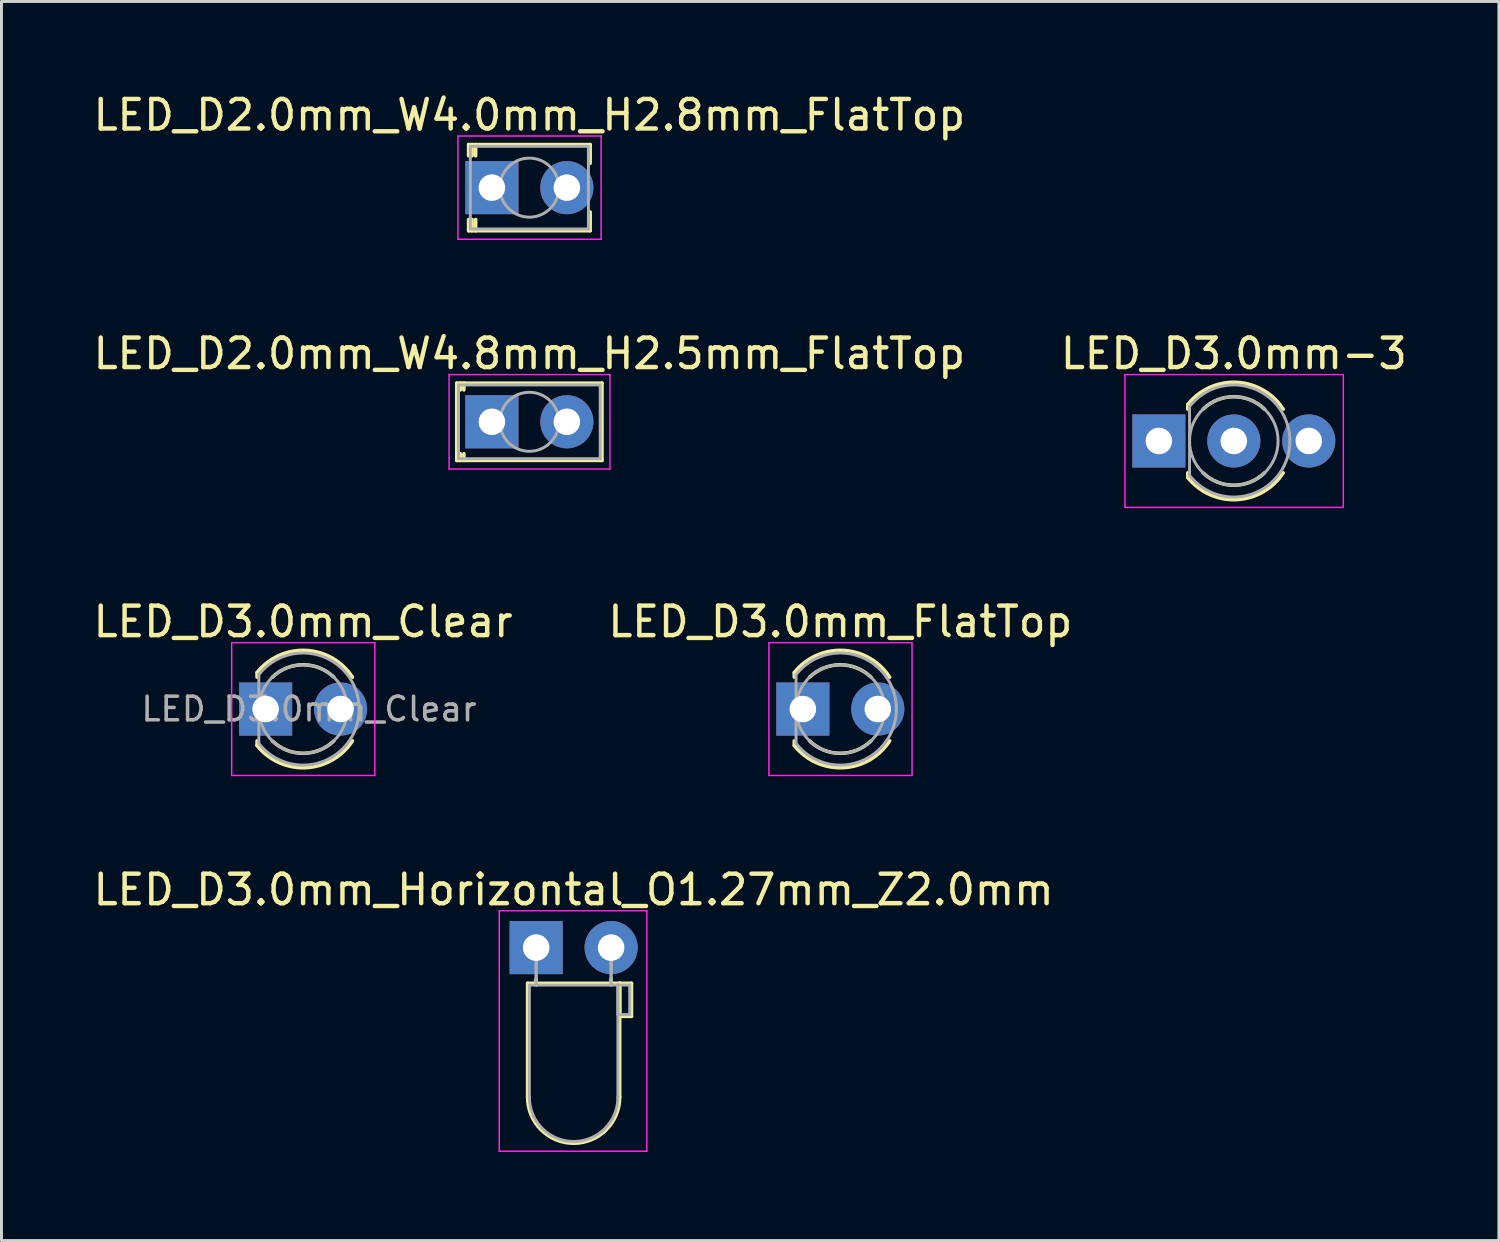
<source format=kicad_pcb>
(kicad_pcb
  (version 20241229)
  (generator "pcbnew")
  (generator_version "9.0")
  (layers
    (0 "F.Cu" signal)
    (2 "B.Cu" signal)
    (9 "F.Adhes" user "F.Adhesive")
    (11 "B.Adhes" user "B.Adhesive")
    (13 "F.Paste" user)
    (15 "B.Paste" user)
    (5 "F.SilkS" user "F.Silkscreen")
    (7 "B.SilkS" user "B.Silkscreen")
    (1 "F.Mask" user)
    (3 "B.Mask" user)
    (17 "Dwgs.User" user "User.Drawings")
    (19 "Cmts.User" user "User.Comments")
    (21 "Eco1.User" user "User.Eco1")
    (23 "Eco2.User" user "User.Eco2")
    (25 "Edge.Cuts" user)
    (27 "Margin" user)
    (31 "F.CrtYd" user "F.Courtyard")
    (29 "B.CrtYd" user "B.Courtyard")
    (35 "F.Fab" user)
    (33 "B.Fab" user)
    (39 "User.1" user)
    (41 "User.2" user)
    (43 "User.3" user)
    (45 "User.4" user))
  (footprint "LED_D2.0mm_W4.0mm_H2.8mm_FlatTop"
    (layer "F.Cu")
    (at 13.617 3.308)
    (property "Reference" "LED_D2.0mm_W4.0mm_H2.8mm_FlatTop" (at 1.27 -2.46 0) (layer "F.SilkS") (effects (font (size 1 1) (thickness 0.15))))
    (attr through_hole)
    (fp_line (start -0.79 -1.46) (end -0.79 -1.08) (stroke (width 0.12) (type solid)) (layer "F.SilkS"))
    (fp_line (start -0.79 -1.46) (end 3.33 -1.46) (stroke (width 0.12) (type solid)) (layer "F.SilkS"))
    (fp_line (start -0.79 1.08) (end -0.79 1.46) (stroke (width 0.12) (type solid)) (layer "F.SilkS"))
    (fp_line (start -0.79 1.46) (end 3.33 1.46) (stroke (width 0.12) (type solid)) (layer "F.SilkS"))
    (fp_line (start -0.67 -1.46) (end -0.67 -1.08) (stroke (width 0.12) (type solid)) (layer "F.SilkS"))
    (fp_line (start -0.67 1.08) (end -0.67 1.46) (stroke (width 0.12) (type solid)) (layer "F.SilkS"))
    (fp_line (start -0.55 -1.46) (end -0.55 -1.08) (stroke (width 0.12) (type solid)) (layer "F.SilkS"))
    (fp_line (start -0.55 1.08) (end -0.55 1.46) (stroke (width 0.12) (type solid)) (layer "F.SilkS"))
    (fp_line (start 3.33 -1.46) (end 3.33 -0.825) (stroke (width 0.12) (type solid)) (layer "F.SilkS"))
    (fp_line (start 3.33 0.825) (end 3.33 1.46) (stroke (width 0.12) (type solid)) (layer "F.SilkS"))
    (fp_line (start -1.15 -1.75) (end -1.15 1.75) (stroke (width 0.05) (type solid)) (layer "F.CrtYd"))
    (fp_line (start -1.15 1.75) (end 3.7 1.75) (stroke (width 0.05) (type solid)) (layer "F.CrtYd"))
    (fp_line (start 3.7 -1.75) (end -1.15 -1.75) (stroke (width 0.05) (type solid)) (layer "F.CrtYd"))
    (fp_line (start 3.7 1.75) (end 3.7 -1.75) (stroke (width 0.05) (type solid)) (layer "F.CrtYd"))
    (fp_line (start -0.73 -1.4) (end -0.73 1.4) (stroke (width 0.1) (type solid)) (layer "F.Fab"))
    (fp_line (start -0.73 1.4) (end 3.27 1.4) (stroke (width 0.1) (type solid)) (layer "F.Fab"))
    (fp_line (start 3.27 -1.4) (end -0.73 -1.4) (stroke (width 0.1) (type solid)) (layer "F.Fab"))
    (fp_line (start 3.27 1.4) (end 3.27 -1.4) (stroke (width 0.1) (type solid)) (layer "F.Fab"))
    (fp_circle (center 1.27 0) (end 2.27 0) (stroke (width 0.1) (type solid)) (fill no) (layer "F.Fab"))
    (pad "1" thru_hole rect (at 0 0) (size 1.8 1.8) (drill 0.9) (layers "*.Cu" "*.Mask"))
    (pad "2" thru_hole circle (at 2.54 0) (size 1.8 1.8) (drill 0.9) (layers "*.Cu" "*.Mask")))
  (footprint "LED_D2.0mm_W4.8mm_H2.5mm_FlatTop"
    (layer "F.Cu")
    (at 13.617 11.242)
    (property "Reference" "LED_D2.0mm_W4.8mm_H2.5mm_FlatTop" (at 1.27 -2.31 0) (layer "F.SilkS") (effects (font (size 1 1) (thickness 0.15))))
    (attr through_hole)
    (fp_line (start -1.19 -1.31) (end -1.19 1.31) (stroke (width 0.12) (type solid)) (layer "F.SilkS"))
    (fp_line (start -1.19 -1.31) (end 3.73 -1.31) (stroke (width 0.12) (type solid)) (layer "F.SilkS"))
    (fp_line (start -1.19 1.31) (end 3.73 1.31) (stroke (width 0.12) (type solid)) (layer "F.SilkS"))
    (fp_line (start -1.07 -1.31) (end -1.07 -1.08) (stroke (width 0.12) (type solid)) (layer "F.SilkS"))
    (fp_line (start -1.07 1.08) (end -1.07 1.31) (stroke (width 0.12) (type solid)) (layer "F.SilkS"))
    (fp_line (start -0.95 -1.31) (end -0.95 -1.08) (stroke (width 0.12) (type solid)) (layer "F.SilkS"))
    (fp_line (start -0.95 1.08) (end -0.95 1.31) (stroke (width 0.12) (type solid)) (layer "F.SilkS"))
    (fp_line (start 3.73 -1.31) (end 3.73 1.31) (stroke (width 0.12) (type solid)) (layer "F.SilkS"))
    (fp_line (start -1.45 -1.6) (end -1.45 1.6) (stroke (width 0.05) (type solid)) (layer "F.CrtYd"))
    (fp_line (start -1.45 1.6) (end 4 1.6) (stroke (width 0.05) (type solid)) (layer "F.CrtYd"))
    (fp_line (start 4 -1.6) (end -1.45 -1.6) (stroke (width 0.05) (type solid)) (layer "F.CrtYd"))
    (fp_line (start 4 1.6) (end 4 -1.6) (stroke (width 0.05) (type solid)) (layer "F.CrtYd"))
    (fp_line (start -1.13 -1.25) (end -1.13 1.25) (stroke (width 0.1) (type solid)) (layer "F.Fab"))
    (fp_line (start -1.13 1.25) (end 3.67 1.25) (stroke (width 0.1) (type solid)) (layer "F.Fab"))
    (fp_line (start 3.67 -1.25) (end -1.13 -1.25) (stroke (width 0.1) (type solid)) (layer "F.Fab"))
    (fp_line (start 3.67 1.25) (end 3.67 -1.25) (stroke (width 0.1) (type solid)) (layer "F.Fab"))
    (fp_circle (center 1.27 0) (end 2.27 0) (stroke (width 0.1) (type solid)) (fill no) (layer "F.Fab"))
    (pad "1" thru_hole rect (at 0 0) (size 1.8 1.8) (drill 0.9) (layers "*.Cu" "*.Mask"))
    (pad "2" thru_hole circle (at 2.54 0) (size 1.8 1.8) (drill 0.9) (layers "*.Cu" "*.Mask")))
  (footprint "LED_D3.0mm_Clear"
    (layer "F.Cu")
    (at 5.95 20.975)
    (property "Reference" "LED_D3.0mm_Clear" (at 1.27 -2.96 0) (layer "F.SilkS") (effects (font (size 1 1) (thickness 0.15))))
    (attr through_hole)
    (fp_line (start -0.29 -1.236) (end -0.29 -1.08) (stroke (width 0.12) (type solid)) (layer "F.SilkS"))
    (fp_line (start -0.29 1.08) (end -0.29 1.236) (stroke (width 0.12) (type solid)) (layer "F.SilkS"))
    (fp_arc (start -0.29 -1.235516) (mid 1.366487 -1.987659) (end 2.942335 -1.078608) (stroke (width 0.12) (type solid)) (layer "F.SilkS"))
    (fp_arc (start 0.229039 -1.08) (mid 1.270117 -1.5) (end 2.31113 -1.079837) (stroke (width 0.12) (type solid)) (layer "F.SilkS"))
    (fp_arc (start 2.31113 1.079837) (mid 1.270117 1.5) (end 0.229039 1.08) (stroke (width 0.12) (type solid)) (layer "F.SilkS"))
    (fp_arc (start 2.942335 1.078608) (mid 1.366487 1.987659) (end -0.29 1.235516) (stroke (width 0.12) (type solid)) (layer "F.SilkS"))
    (fp_line (start -1.15 -2.25) (end -1.15 2.25) (stroke (width 0.05) (type solid)) (layer "F.CrtYd"))
    (fp_line (start -1.15 2.25) (end 3.7 2.25) (stroke (width 0.05) (type solid)) (layer "F.CrtYd"))
    (fp_line (start 3.7 -2.25) (end -1.15 -2.25) (stroke (width 0.05) (type solid)) (layer "F.CrtYd"))
    (fp_line (start 3.7 2.25) (end 3.7 -2.25) (stroke (width 0.05) (type solid)) (layer "F.CrtYd"))
    (fp_line (start -0.23 -1.166) (end -0.23 1.166) (stroke (width 0.1) (type solid)) (layer "F.Fab"))
    (fp_arc (start -0.23 -1.16619) (mid 3.17 0.000452) (end -0.230555 1.165476) (stroke (width 0.1) (type solid)) (layer "F.Fab"))
    (fp_circle (center 1.27 0) (end 2.77 0) (stroke (width 0.1) (type solid)) (fill no) (layer "F.Fab"))
    (fp_text user "${REFERENCE}" (at 1.47 0 0) (layer "F.Fab") (effects (font (size 0.8 0.8) (thickness 0.12))))
    (pad "1" thru_hole rect (at 0 0) (size 1.8 1.8) (drill 0.9) (layers "*.Cu" "*.Mask"))
    (pad "2" thru_hole circle (at 2.54 0) (size 1.8 1.8) (drill 0.9) (layers "*.Cu" "*.Mask")))
  (footprint "LED_D3.0mm-3"
    (layer "F.Cu")
    (at 36.216 11.892)
    (property "Reference" "LED_D3.0mm-3" (at 2.54 -2.96 0) (layer "F.SilkS") (effects (font (size 1 1) (thickness 0.15))))
    (attr through_hole)
    (fp_line (start 0.98 -1.236) (end 0.98 -1.08) (stroke (width 0.12) (type solid)) (layer "F.SilkS"))
    (fp_line (start 0.98 1.08) (end 0.98 1.236) (stroke (width 0.12) (type solid)) (layer "F.SilkS"))
    (fp_arc (start 0.98 -1.235516) (mid 2.636487 -1.987659) (end 4.212335 -1.078608) (stroke (width 0.12) (type solid)) (layer "F.SilkS"))
    (fp_arc (start 1.499039 -1.08) (mid 2.540117 -1.5) (end 3.58113 -1.079837) (stroke (width 0.12) (type solid)) (layer "F.SilkS"))
    (fp_arc (start 3.58113 1.079837) (mid 2.540117 1.5) (end 1.499039 1.08) (stroke (width 0.12) (type solid)) (layer "F.SilkS"))
    (fp_arc (start 4.212335 1.078608) (mid 2.636487 1.987659) (end 0.98 1.235516) (stroke (width 0.12) (type solid)) (layer "F.SilkS"))
    (fp_line (start -1.15 -2.25) (end -1.15 2.25) (stroke (width 0.05) (type solid)) (layer "F.CrtYd"))
    (fp_line (start -1.15 2.25) (end 6.25 2.25) (stroke (width 0.05) (type solid)) (layer "F.CrtYd"))
    (fp_line (start 6.25 -2.25) (end -1.15 -2.25) (stroke (width 0.05) (type solid)) (layer "F.CrtYd"))
    (fp_line (start 6.25 2.25) (end 6.25 -2.25) (stroke (width 0.05) (type solid)) (layer "F.CrtYd"))
    (fp_line (start 1.04 -1.166) (end 1.04 1.166) (stroke (width 0.1) (type solid)) (layer "F.Fab"))
    (fp_arc (start 1.04 -1.16619) (mid 4.44 0.000452) (end 1.039445 1.165476) (stroke (width 0.1) (type solid)) (layer "F.Fab"))
    (fp_circle (center 2.54 0) (end 4.04 0) (stroke (width 0.1) (type solid)) (fill no) (layer "F.Fab"))
    (pad "1" thru_hole rect (at 0 0) (size 1.8 1.8) (drill 0.9) (layers "*.Cu" "*.Mask"))
    (pad "2" thru_hole circle (at 2.54 0) (size 1.8 1.8) (drill 0.9) (layers "*.Cu" "*.Mask"))
    (pad "3" thru_hole circle (at 5.08 0) (size 1.8 1.8) (drill 0.9) (layers "*.Cu" "*.Mask")))
  (footprint "LED_D3.0mm_FlatTop"
    (layer "F.Cu")
    (at 24.153 20.975)
    (property "Reference" "LED_D3.0mm_FlatTop" (at 1.27 -2.96 0) (layer "F.SilkS") (effects (font (size 1 1) (thickness 0.15))))
    (attr through_hole)
    (fp_line (start -0.29 -1.236) (end -0.29 -1.08) (stroke (width 0.12) (type solid)) (layer "F.SilkS"))
    (fp_line (start -0.29 1.08) (end -0.29 1.236) (stroke (width 0.12) (type solid)) (layer "F.SilkS"))
    (fp_arc (start -0.29 -1.235516) (mid 1.366487 -1.987659) (end 2.942335 -1.078608) (stroke (width 0.12) (type solid)) (layer "F.SilkS"))
    (fp_arc (start 0.229039 -1.08) (mid 1.270117 -1.5) (end 2.31113 -1.079837) (stroke (width 0.12) (type solid)) (layer "F.SilkS"))
    (fp_arc (start 2.31113 1.079837) (mid 1.270117 1.5) (end 0.229039 1.08) (stroke (width 0.12) (type solid)) (layer "F.SilkS"))
    (fp_arc (start 2.942335 1.078608) (mid 1.366487 1.987659) (end -0.29 1.235516) (stroke (width 0.12) (type solid)) (layer "F.SilkS"))
    (fp_line (start -1.15 -2.25) (end -1.15 2.25) (stroke (width 0.05) (type solid)) (layer "F.CrtYd"))
    (fp_line (start -1.15 2.25) (end 3.7 2.25) (stroke (width 0.05) (type solid)) (layer "F.CrtYd"))
    (fp_line (start 3.7 -2.25) (end -1.15 -2.25) (stroke (width 0.05) (type solid)) (layer "F.CrtYd"))
    (fp_line (start 3.7 2.25) (end 3.7 -2.25) (stroke (width 0.05) (type solid)) (layer "F.CrtYd"))
    (fp_line (start -0.23 -1.166) (end -0.23 1.166) (stroke (width 0.1) (type solid)) (layer "F.Fab"))
    (fp_arc (start -0.23 -1.16619) (mid 3.17 0.000452) (end -0.230555 1.165476) (stroke (width 0.1) (type solid)) (layer "F.Fab"))
    (fp_circle (center 1.27 0) (end 2.77 0) (stroke (width 0.1) (type solid)) (fill no) (layer "F.Fab"))
    (pad "1" thru_hole rect (at 0 0) (size 1.8 1.8) (drill 0.9) (layers "*.Cu" "*.Mask"))
    (pad "2" thru_hole circle (at 2.54 0) (size 1.8 1.8) (drill 0.9) (layers "*.Cu" "*.Mask")))
  (footprint "LED_D3.0mm_Horizontal_O1.27mm_Z2.0mm"
    (layer "F.Cu")
    (at 15.117 29.058)
    (property "Reference" "LED_D3.0mm_Horizontal_O1.27mm_Z2.0mm" (at 1.27 -1.96 0) (layer "F.SilkS") (effects (font (size 1 1) (thickness 0.15))))
    (attr through_hole)
    (fp_line (start -0.29 1.21) (end -0.29 5.07) (stroke (width 0.12) (type solid)) (layer "F.SilkS"))
    (fp_line (start -0.29 1.21) (end 2.83 1.21) (stroke (width 0.12) (type solid)) (layer "F.SilkS"))
    (fp_line (start 0 1.08) (end 0 1.08) (stroke (width 0.12) (type solid)) (layer "F.SilkS"))
    (fp_line (start 0 1.08) (end 0 1.21) (stroke (width 0.12) (type solid)) (layer "F.SilkS"))
    (fp_line (start 0 1.21) (end 0 1.08) (stroke (width 0.12) (type solid)) (layer "F.SilkS"))
    (fp_line (start 0 1.21) (end 0 1.21) (stroke (width 0.12) (type solid)) (layer "F.SilkS"))
    (fp_line (start 2.54 1.08) (end 2.54 1.08) (stroke (width 0.12) (type solid)) (layer "F.SilkS"))
    (fp_line (start 2.54 1.08) (end 2.54 1.21) (stroke (width 0.12) (type solid)) (layer "F.SilkS"))
    (fp_line (start 2.54 1.21) (end 2.54 1.08) (stroke (width 0.12) (type solid)) (layer "F.SilkS"))
    (fp_line (start 2.54 1.21) (end 2.54 1.21) (stroke (width 0.12) (type solid)) (layer "F.SilkS"))
    (fp_line (start 2.83 1.21) (end 2.83 5.07) (stroke (width 0.12) (type solid)) (layer "F.SilkS"))
    (fp_line (start 2.83 1.21) (end 3.23 1.21) (stroke (width 0.12) (type solid)) (layer "F.SilkS"))
    (fp_line (start 2.83 2.33) (end 2.83 1.21) (stroke (width 0.12) (type solid)) (layer "F.SilkS"))
    (fp_line (start 3.23 1.21) (end 3.23 2.33) (stroke (width 0.12) (type solid)) (layer "F.SilkS"))
    (fp_line (start 3.23 2.33) (end 2.83 2.33) (stroke (width 0.12) (type solid)) (layer "F.SilkS"))
    (fp_arc (start 2.83 5.07) (mid 1.27 6.63) (end -0.29 5.07) (stroke (width 0.12) (type solid)) (layer "F.SilkS"))
    (fp_line (start -1.25 -1.25) (end -1.25 6.9) (stroke (width 0.05) (type solid)) (layer "F.CrtYd"))
    (fp_line (start -1.25 6.9) (end 3.75 6.9) (stroke (width 0.05) (type solid)) (layer "F.CrtYd"))
    (fp_line (start 3.75 -1.25) (end -1.25 -1.25) (stroke (width 0.05) (type solid)) (layer "F.CrtYd"))
    (fp_line (start 3.75 6.9) (end 3.75 -1.25) (stroke (width 0.05) (type solid)) (layer "F.CrtYd"))
    (fp_line (start -0.23 1.27) (end -0.23 5.07) (stroke (width 0.1) (type solid)) (layer "F.Fab"))
    (fp_line (start -0.23 1.27) (end 2.77 1.27) (stroke (width 0.1) (type solid)) (layer "F.Fab"))
    (fp_line (start 0 0) (end 0 0) (stroke (width 0.1) (type solid)) (layer "F.Fab"))
    (fp_line (start 0 0) (end 0 1.27) (stroke (width 0.1) (type solid)) (layer "F.Fab"))
    (fp_line (start 0 1.27) (end 0 0) (stroke (width 0.1) (type solid)) (layer "F.Fab"))
    (fp_line (start 0 1.27) (end 0 1.27) (stroke (width 0.1) (type solid)) (layer "F.Fab"))
    (fp_line (start 2.54 0) (end 2.54 0) (stroke (width 0.1) (type solid)) (layer "F.Fab"))
    (fp_line (start 2.54 0) (end 2.54 1.27) (stroke (width 0.1) (type solid)) (layer "F.Fab"))
    (fp_line (start 2.54 1.27) (end 2.54 0) (stroke (width 0.1) (type solid)) (layer "F.Fab"))
    (fp_line (start 2.54 1.27) (end 2.54 1.27) (stroke (width 0.1) (type solid)) (layer "F.Fab"))
    (fp_line (start 2.77 1.27) (end 2.77 5.07) (stroke (width 0.1) (type solid)) (layer "F.Fab"))
    (fp_line (start 2.77 1.27) (end 3.17 1.27) (stroke (width 0.1) (type solid)) (layer "F.Fab"))
    (fp_line (start 2.77 2.27) (end 2.77 1.27) (stroke (width 0.1) (type solid)) (layer "F.Fab"))
    (fp_line (start 3.17 1.27) (end 3.17 2.27) (stroke (width 0.1) (type solid)) (layer "F.Fab"))
    (fp_line (start 3.17 2.27) (end 2.77 2.27) (stroke (width 0.1) (type solid)) (layer "F.Fab"))
    (fp_arc (start 2.77 5.07) (mid 1.27 6.57) (end -0.23 5.07) (stroke (width 0.1) (type solid)) (layer "F.Fab"))
    (pad "1" thru_hole rect (at 0 0) (size 1.8 1.8) (drill 0.9) (layers "*.Cu" "*.Mask"))
    (pad "2" thru_hole circle (at 2.54 0) (size 1.8 1.8) (drill 0.9) (layers "*.Cu" "*.Mask")))
  (gr_rect
    (start -3 -3)
    (end 47.738 38.983)
    (stroke (width 0.1) (type default))
    (fill no)
    (layer "Edge.Cuts")))
</source>
